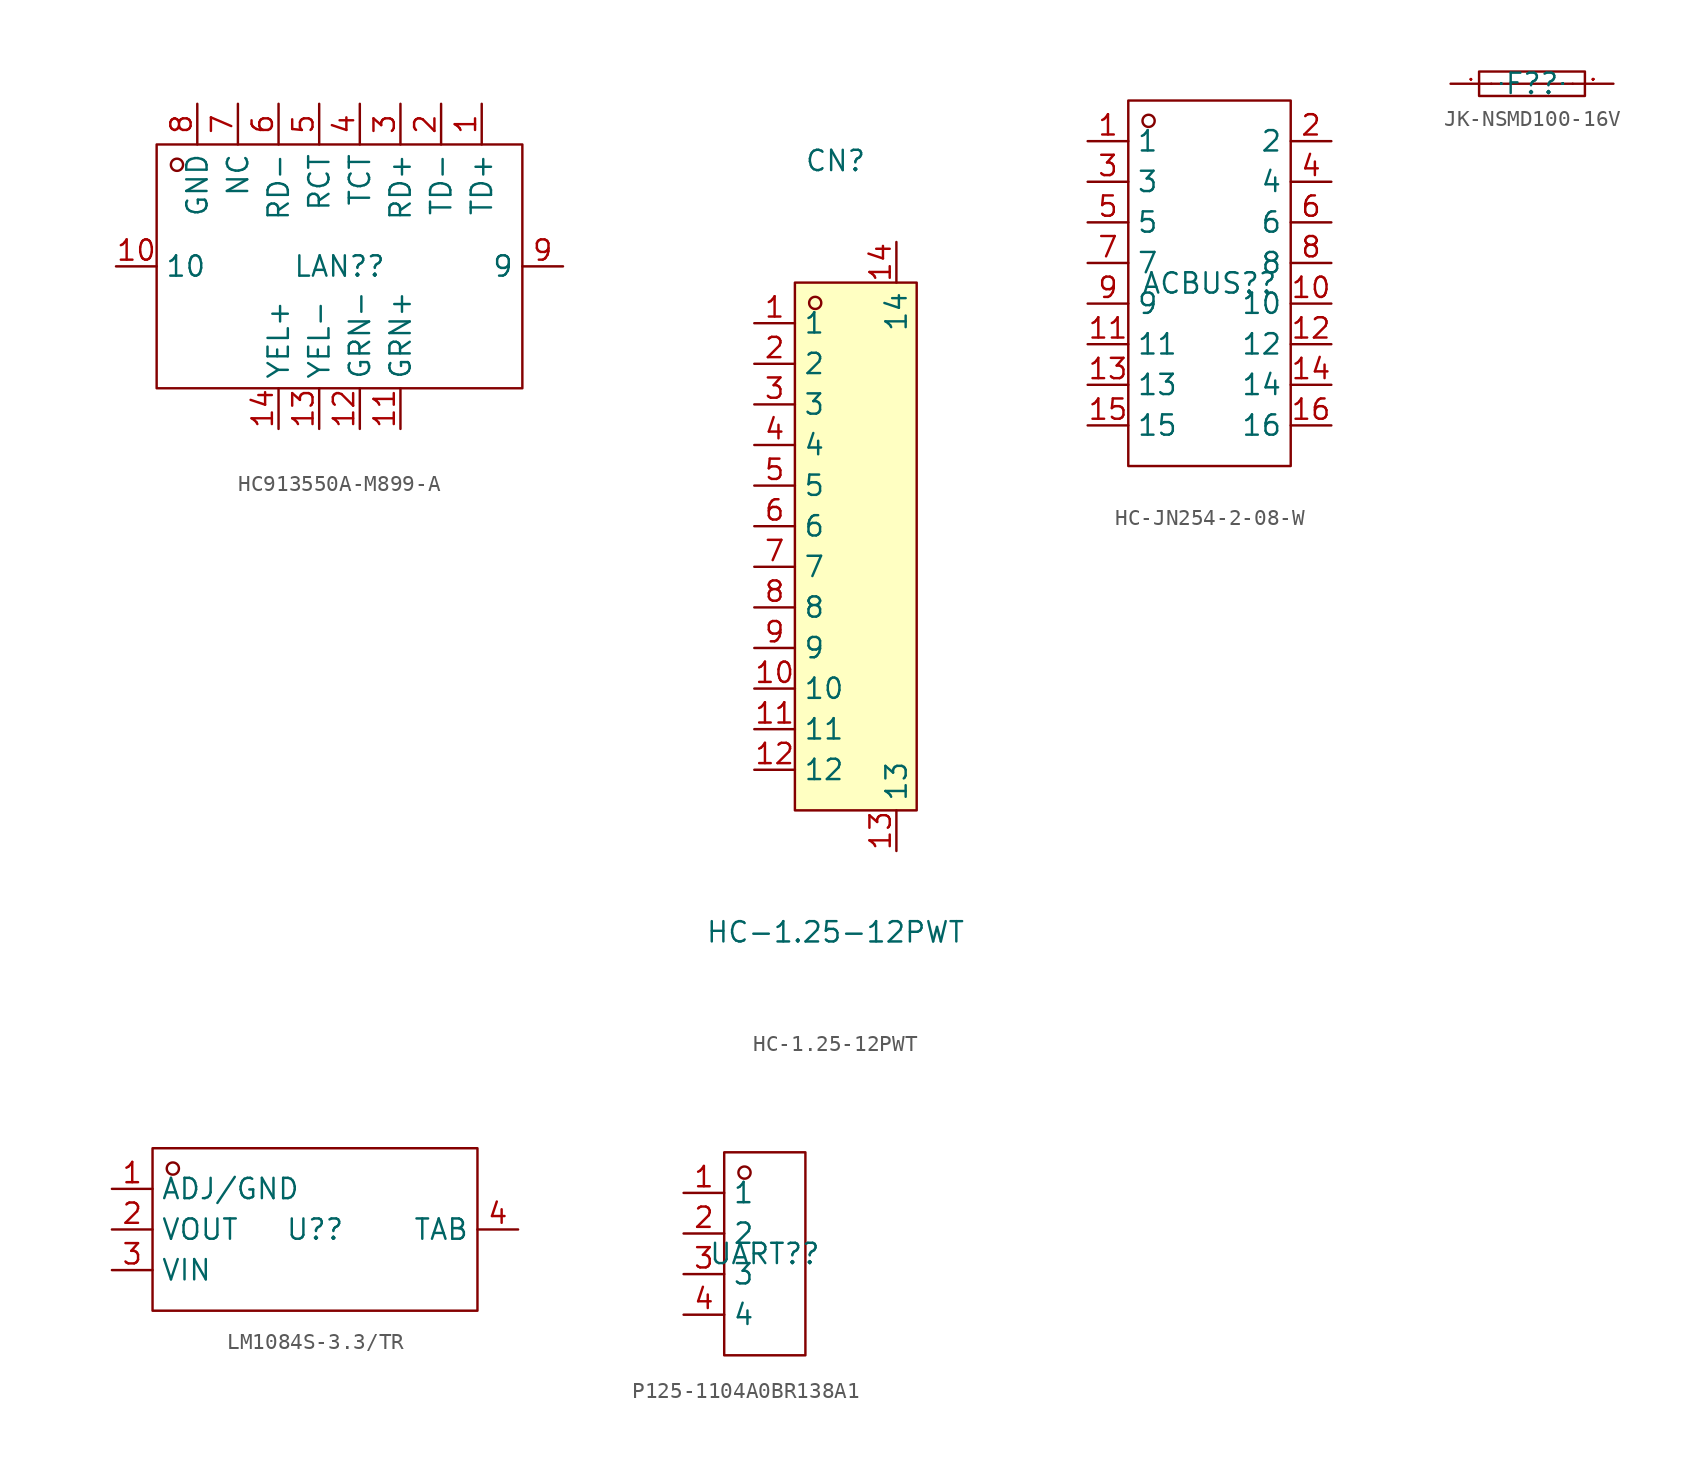
<source format=kicad_sym>
(kicad_symbol_lib
  (version 20231120)
  (generator "kicad_symbol_editor")
  (generator_version "8.0")
  (symbol "HC913550A-M899-A"
    (property "Reference" "LAN?"
      (at 0 0 0)
      (effects (font (size 1.27 1.27))))
    (property "Value" ""
      (at 0 0 0)
      (effects (font (size 1.27 1.27))))
    (symbol "HC913550A-M899-A_1_0"
      (rectangle (start -11.43 -7.62) (end 11.43 7.62) (stroke (width 0) (type default)) (fill (type none)))
      (circle (center -10.16 6.35) (radius 0.381) (stroke (width 0) (type default)) (fill (type none)))
      (pin unspecified line (at 8.89 10.16 270) (length 2.54) (name "TD+" (effects (font (size 1.27 1.27)))) (number "1" (effects (font (size 1.27 1.27)))))
      (pin unspecified line (at -13.97 0 0) (length 2.54) (name "10" (effects (font (size 1.27 1.27)))) (number "10" (effects (font (size 1.27 1.27)))))
      (pin unspecified line (at 3.81 -10.16 90) (length 2.54) (name "GRN+" (effects (font (size 1.27 1.27)))) (number "11" (effects (font (size 1.27 1.27)))))
      (pin unspecified line (at 1.27 -10.16 90) (length 2.54) (name "GRN-" (effects (font (size 1.27 1.27)))) (number "12" (effects (font (size 1.27 1.27)))))
      (pin unspecified line (at -1.27 -10.16 90) (length 2.54) (name "YEL-" (effects (font (size 1.27 1.27)))) (number "13" (effects (font (size 1.27 1.27)))))
      (pin unspecified line (at -3.81 -10.16 90) (length 2.54) (name "YEL+" (effects (font (size 1.27 1.27)))) (number "14" (effects (font (size 1.27 1.27)))))
      (pin unspecified line (at 6.35 10.16 270) (length 2.54) (name "TD-" (effects (font (size 1.27 1.27)))) (number "2" (effects (font (size 1.27 1.27)))))
      (pin unspecified line (at 3.81 10.16 270) (length 2.54) (name "RD+" (effects (font (size 1.27 1.27)))) (number "3" (effects (font (size 1.27 1.27)))))
      (pin unspecified line (at 1.27 10.16 270) (length 2.54) (name "TCT" (effects (font (size 1.27 1.27)))) (number "4" (effects (font (size 1.27 1.27)))))
      (pin unspecified line (at -1.27 10.16 270) (length 2.54) (name "RCT" (effects (font (size 1.27 1.27)))) (number "5" (effects (font (size 1.27 1.27)))))
      (pin unspecified line (at -3.81 10.16 270) (length 2.54) (name "RD-" (effects (font (size 1.27 1.27)))) (number "6" (effects (font (size 1.27 1.27)))))
      (pin unspecified line (at -6.35 10.16 270) (length 2.54) (name "NC" (effects (font (size 1.27 1.27)))) (number "7" (effects (font (size 1.27 1.27)))))
      (pin unspecified line (at -8.89 10.16 270) (length 2.54) (name "GND" (effects (font (size 1.27 1.27)))) (number "8" (effects (font (size 1.27 1.27)))))
      (pin unspecified line (at 13.97 0 180) (length 2.54) (name "9" (effects (font (size 1.27 1.27)))) (number "9" (effects (font (size 1.27 1.27)))))))
  (symbol "HC-1.25-12PWT"
    (property "Reference" "CN"
      (at 0 24.13 0)
      (effects (font (size 1.27 1.27))))
    (property "Value" "HC-1.25-12PWT"
      (at 0 -24.13 0)
      (effects (font (size 1.27 1.27))))
    (symbol "HC-1.25-12PWT_0_1"
      (rectangle (start -2.54 16.51) (end 5.08 -16.51) (stroke (width 0) (type default) (color 0 0 0 0)) (fill (type background)))
      (circle (center -1.27 15.24) (radius 0.38) (stroke (width 0) (type default) (color 0 0 0 0)) (fill (type none)))
      (pin unspecified line (at -5.08 13.97 0) (length 2.54) (name "1" (effects (font (size 1.27 1.27)))) (number "1" (effects (font (size 1.27 1.27)))))
      (pin unspecified line (at -5.08 11.43 0) (length 2.54) (name "2" (effects (font (size 1.27 1.27)))) (number "2" (effects (font (size 1.27 1.27)))))
      (pin unspecified line (at -5.08 8.89 0) (length 2.54) (name "3" (effects (font (size 1.27 1.27)))) (number "3" (effects (font (size 1.27 1.27)))))
      (pin unspecified line (at -5.08 6.35 0) (length 2.54) (name "4" (effects (font (size 1.27 1.27)))) (number "4" (effects (font (size 1.27 1.27)))))
      (pin unspecified line (at -5.08 3.81 0) (length 2.54) (name "5" (effects (font (size 1.27 1.27)))) (number "5" (effects (font (size 1.27 1.27)))))
      (pin unspecified line (at -5.08 1.27 0) (length 2.54) (name "6" (effects (font (size 1.27 1.27)))) (number "6" (effects (font (size 1.27 1.27)))))
      (pin unspecified line (at -5.08 -1.27 0) (length 2.54) (name "7" (effects (font (size 1.27 1.27)))) (number "7" (effects (font (size 1.27 1.27)))))
      (pin unspecified line (at -5.08 -3.81 0) (length 2.54) (name "8" (effects (font (size 1.27 1.27)))) (number "8" (effects (font (size 1.27 1.27)))))
      (pin unspecified line (at -5.08 -6.35 0) (length 2.54) (name "9" (effects (font (size 1.27 1.27)))) (number "9" (effects (font (size 1.27 1.27)))))
      (pin unspecified line (at -5.08 -8.89 0) (length 2.54) (name "10" (effects (font (size 1.27 1.27)))) (number "10" (effects (font (size 1.27 1.27)))))
      (pin unspecified line (at -5.08 -11.43 0) (length 2.54) (name "11" (effects (font (size 1.27 1.27)))) (number "11" (effects (font (size 1.27 1.27)))))
      (pin unspecified line (at -5.08 -13.97 0) (length 2.54) (name "12" (effects (font (size 1.27 1.27)))) (number "12" (effects (font (size 1.27 1.27)))))
      (pin unspecified line (at 3.81 -19.05 90) (length 2.54) (name "13" (effects (font (size 1.27 1.27)))) (number "13" (effects (font (size 1.27 1.27)))))
      (pin unspecified line (at 3.81 19.05 270) (length 2.54) (name "14" (effects (font (size 1.27 1.27)))) (number "14" (effects (font (size 1.27 1.27)))))))
  (symbol "HC-JN254-2-08-W"
    (property "Reference" "ACBUS?"
      (at 0 0 0)
      (effects (font (size 1.27 1.27))))
    (property "Value" ""
      (at 0 0 0)
      (effects (font (size 1.27 1.27))))
    (symbol "HC-JN254-2-08-W_1_0"
      (rectangle (start -5.08 -11.43) (end 5.08 11.43) (stroke (width 0) (type default)) (fill (type none)))
      (circle (center -3.81 10.16) (radius 0.381) (stroke (width 0) (type default)) (fill (type none)))
      (pin unspecified line (at -7.62 8.89 0) (length 2.54) (name "1" (effects (font (size 1.27 1.27)))) (number "1" (effects (font (size 1.27 1.27)))))
      (pin unspecified line (at 7.62 -1.27 180) (length 2.54) (name "10" (effects (font (size 1.27 1.27)))) (number "10" (effects (font (size 1.27 1.27)))))
      (pin unspecified line (at -7.62 -3.81 0) (length 2.54) (name "11" (effects (font (size 1.27 1.27)))) (number "11" (effects (font (size 1.27 1.27)))))
      (pin unspecified line (at 7.62 -3.81 180) (length 2.54) (name "12" (effects (font (size 1.27 1.27)))) (number "12" (effects (font (size 1.27 1.27)))))
      (pin unspecified line (at -7.62 -6.35 0) (length 2.54) (name "13" (effects (font (size 1.27 1.27)))) (number "13" (effects (font (size 1.27 1.27)))))
      (pin unspecified line (at 7.62 -6.35 180) (length 2.54) (name "14" (effects (font (size 1.27 1.27)))) (number "14" (effects (font (size 1.27 1.27)))))
      (pin unspecified line (at -7.62 -8.89 0) (length 2.54) (name "15" (effects (font (size 1.27 1.27)))) (number "15" (effects (font (size 1.27 1.27)))))
      (pin unspecified line (at 7.62 -8.89 180) (length 2.54) (name "16" (effects (font (size 1.27 1.27)))) (number "16" (effects (font (size 1.27 1.27)))))
      (pin unspecified line (at 7.62 8.89 180) (length 2.54) (name "2" (effects (font (size 1.27 1.27)))) (number "2" (effects (font (size 1.27 1.27)))))
      (pin unspecified line (at -7.62 6.35 0) (length 2.54) (name "3" (effects (font (size 1.27 1.27)))) (number "3" (effects (font (size 1.27 1.27)))))
      (pin unspecified line (at 7.62 6.35 180) (length 2.54) (name "4" (effects (font (size 1.27 1.27)))) (number "4" (effects (font (size 1.27 1.27)))))
      (pin unspecified line (at -7.62 3.81 0) (length 2.54) (name "5" (effects (font (size 1.27 1.27)))) (number "5" (effects (font (size 1.27 1.27)))))
      (pin unspecified line (at 7.62 3.81 180) (length 2.54) (name "6" (effects (font (size 1.27 1.27)))) (number "6" (effects (font (size 1.27 1.27)))))
      (pin unspecified line (at -7.62 1.27 0) (length 2.54) (name "7" (effects (font (size 1.27 1.27)))) (number "7" (effects (font (size 1.27 1.27)))))
      (pin unspecified line (at 7.62 1.27 180) (length 2.54) (name "8" (effects (font (size 1.27 1.27)))) (number "8" (effects (font (size 1.27 1.27)))))
      (pin unspecified line (at -7.62 -1.27 0) (length 2.54) (name "9" (effects (font (size 1.27 1.27)))) (number "9" (effects (font (size 1.27 1.27)))))))
  (symbol "JK-NSMD100-16V"
    (property "Reference" "F?"
      (at 0 0 0)
      (effects (font (size 1.27 1.27))))
    (property "Value" ""
      (at 0 0 0)
      (effects (font (size 1.27 1.27))))
    (symbol "JK-NSMD100-16V_1_0"
      (rectangle (start -3.302 -0.762) (end 3.302 0.762) (stroke (width 0) (type default)) (fill (type none)))
      (polyline (pts (xy -2.54 0) (xy 2.54 0)) (stroke (width 0) (type default)) (fill (type none)))
      (pin unspecified line (at -5.08 0 0) (length 2.54) (name "1" (effects (font (size 0.025 0.025)))) (number "1" (effects (font (size 0.025 0.025)))))
      (pin unspecified line (at 5.08 0 180) (length 2.54) (name "2" (effects (font (size 0.025 0.025)))) (number "2" (effects (font (size 0.025 0.025)))))))
  (symbol "LM1084S-3.3/TR"
    (property "Reference" "U?"
      (at 0 0 0)
      (effects (font (size 1.27 1.27))))
    (property "Value" ""
      (at 0 0 0)
      (effects (font (size 1.27 1.27))))
    (symbol "LM1084S-3.3/TR_1_0"
      (rectangle (start -10.16 -5.08) (end 10.16 5.08) (stroke (width 0) (type default)) (fill (type none)))
      (circle (center -8.89 3.81) (radius 0.381) (stroke (width 0) (type default)) (fill (type none)))
      (pin unspecified line (at -12.7 2.54 0) (length 2.54) (name "ADJ/GND" (effects (font (size 1.27 1.27)))) (number "1" (effects (font (size 1.27 1.27)))))
      (pin unspecified line (at -12.7 0 0) (length 2.54) (name "VOUT" (effects (font (size 1.27 1.27)))) (number "2" (effects (font (size 1.27 1.27)))))
      (pin unspecified line (at -12.7 -2.54 0) (length 2.54) (name "VIN" (effects (font (size 1.27 1.27)))) (number "3" (effects (font (size 1.27 1.27)))))
      (pin unspecified line (at 12.7 0 180) (length 2.54) (name "TAB" (effects (font (size 1.27 1.27)))) (number "4" (effects (font (size 1.27 1.27)))))))
  (symbol "P125-1104A0BR138A1"
    (property "Reference" "UART?"
      (at 0 0 0)
      (effects (font (size 1.27 1.27))))
    (property "Value" ""
      (at 0 0 0)
      (effects (font (size 1.27 1.27))))
    (symbol "P125-1104A0BR138A1_1_0"
      (rectangle (start -2.54 -6.35) (end 2.54 6.35) (stroke (width 0) (type default)) (fill (type none)))
      (circle (center -1.27 5.08) (radius 0.381) (stroke (width 0) (type default)) (fill (type none)))
      (pin unspecified line (at -5.08 3.81 0) (length 2.54) (name "1" (effects (font (size 1.27 1.27)))) (number "1" (effects (font (size 1.27 1.27)))))
      (pin unspecified line (at -5.08 1.27 0) (length 2.54) (name "2" (effects (font (size 1.27 1.27)))) (number "2" (effects (font (size 1.27 1.27)))))
      (pin unspecified line (at -5.08 -1.27 0) (length 2.54) (name "3" (effects (font (size 1.27 1.27)))) (number "3" (effects (font (size 1.27 1.27)))))
      (pin unspecified line (at -5.08 -3.81 0) (length 2.54) (name "4" (effects (font (size 1.27 1.27)))) (number "4" (effects (font (size 1.27 1.27))))))))
</source>
